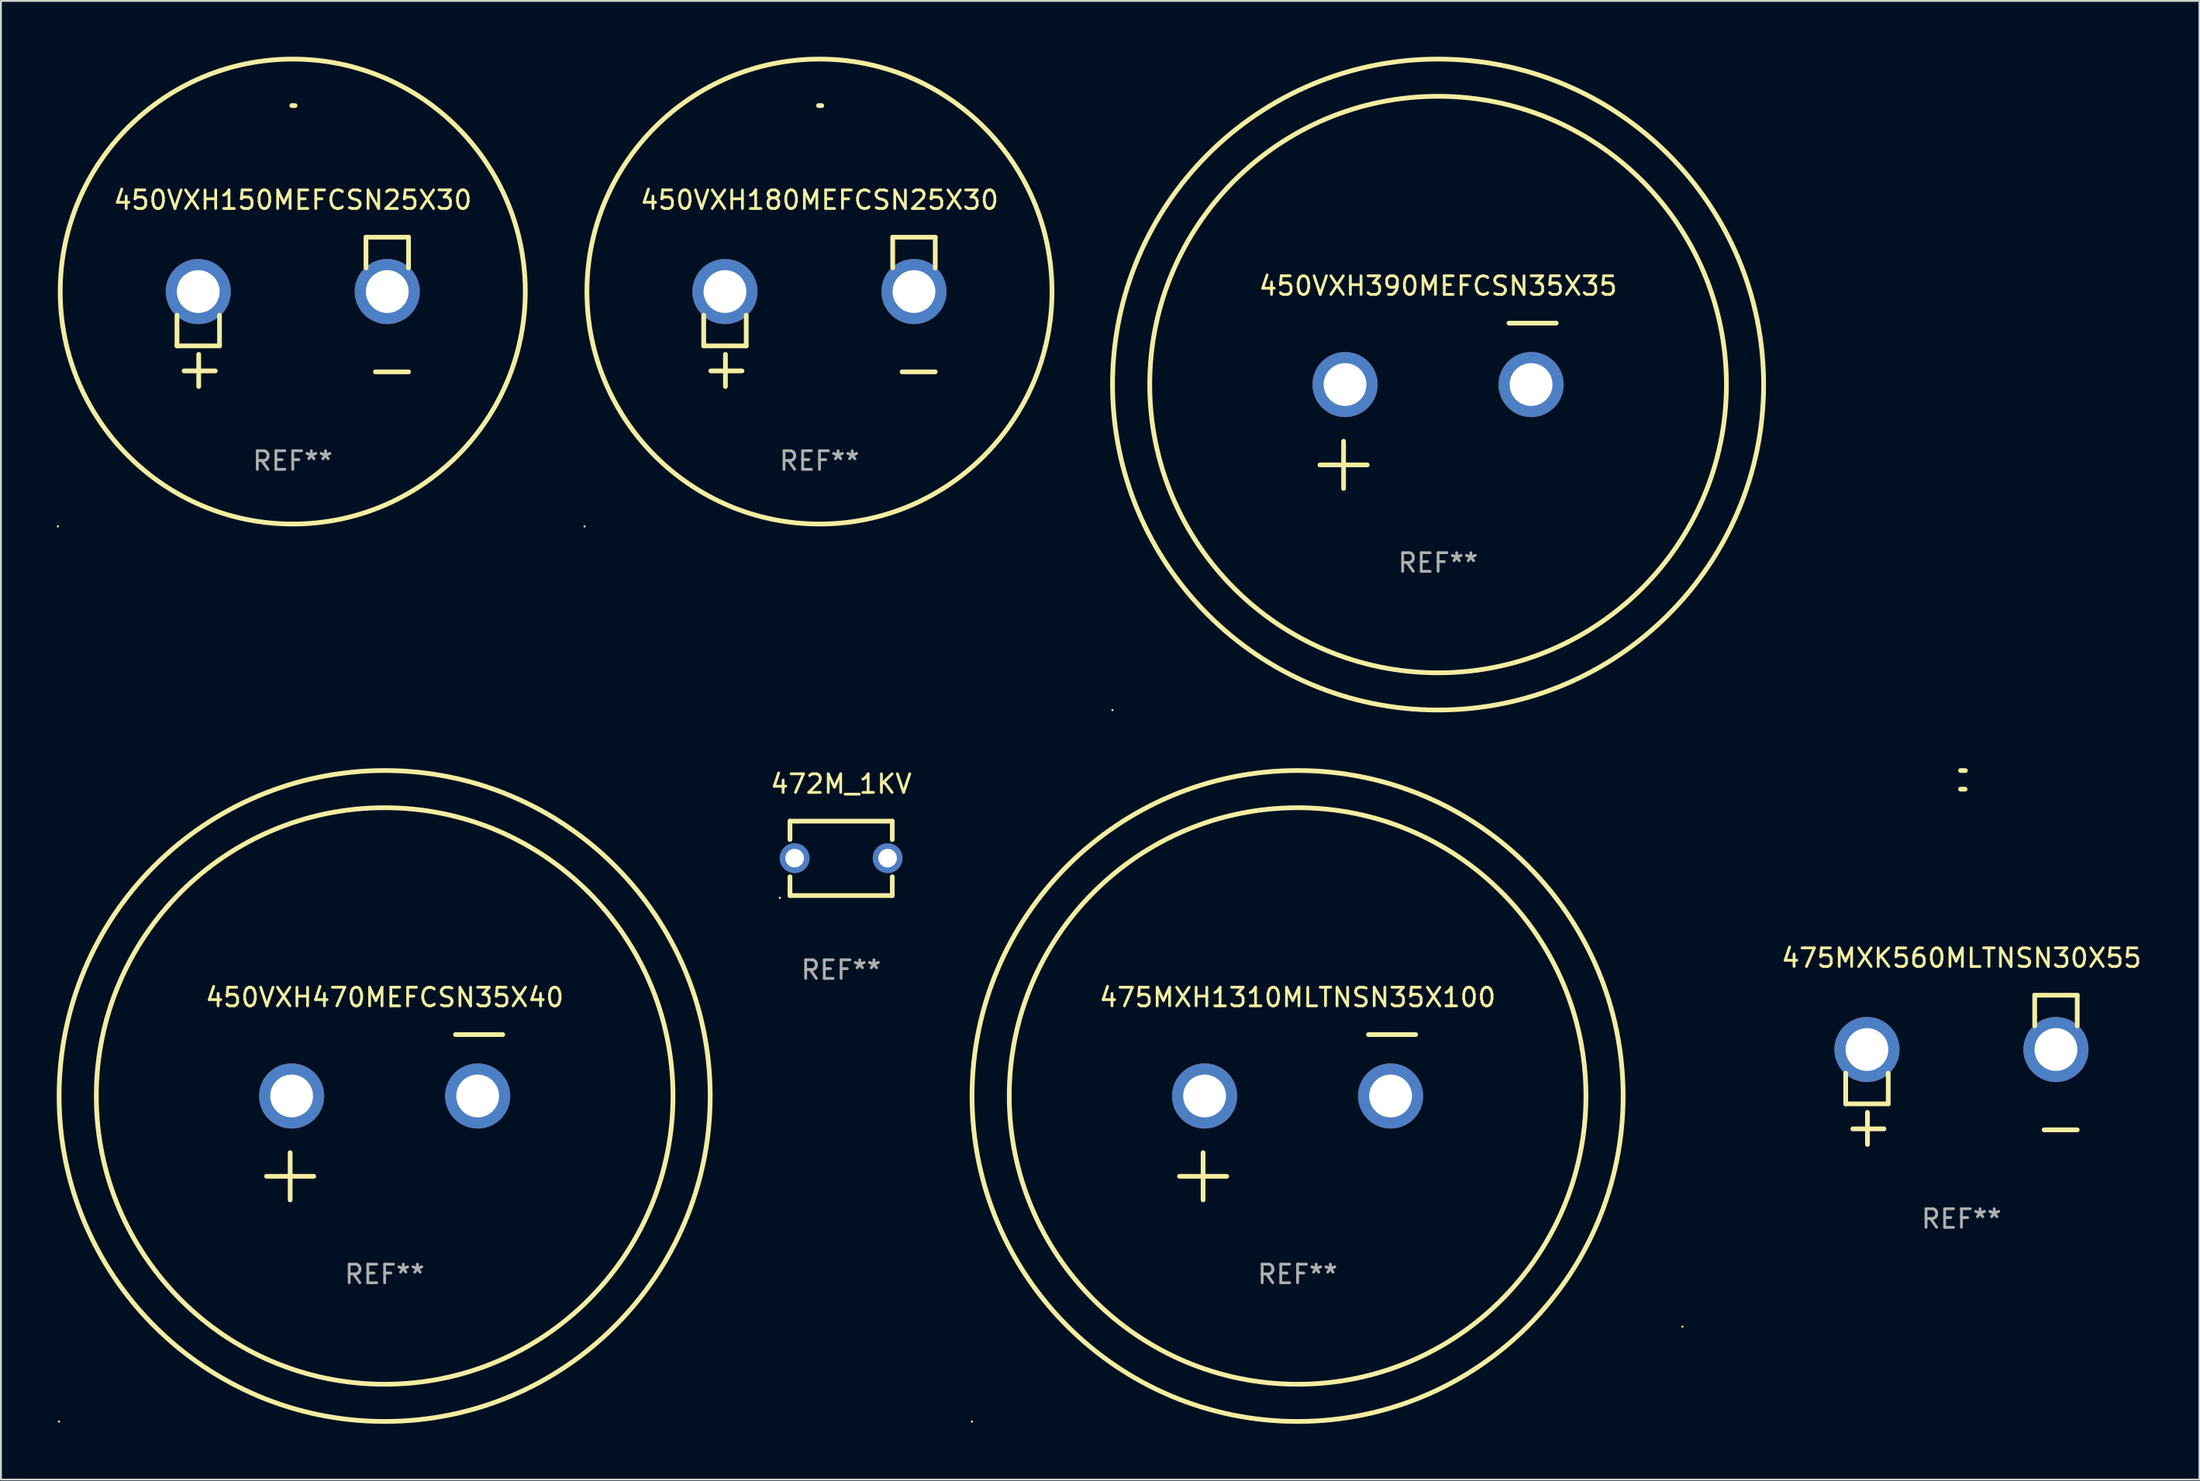
<source format=kicad_pcb>
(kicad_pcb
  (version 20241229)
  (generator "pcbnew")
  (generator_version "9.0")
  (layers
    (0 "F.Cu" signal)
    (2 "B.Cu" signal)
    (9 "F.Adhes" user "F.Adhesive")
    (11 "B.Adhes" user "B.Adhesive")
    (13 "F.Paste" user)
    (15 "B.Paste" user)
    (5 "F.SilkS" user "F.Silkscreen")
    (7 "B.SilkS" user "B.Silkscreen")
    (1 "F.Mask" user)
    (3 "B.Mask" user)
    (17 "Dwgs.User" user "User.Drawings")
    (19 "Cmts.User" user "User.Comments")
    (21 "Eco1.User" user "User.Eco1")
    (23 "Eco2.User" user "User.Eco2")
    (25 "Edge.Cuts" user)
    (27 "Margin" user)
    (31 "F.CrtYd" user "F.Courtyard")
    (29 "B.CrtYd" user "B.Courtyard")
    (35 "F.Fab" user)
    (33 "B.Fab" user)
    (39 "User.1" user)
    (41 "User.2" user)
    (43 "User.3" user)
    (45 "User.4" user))
  (footprint "475MXH1310MLTNSN35X100"
    (layer "F.Cu")
    (at 66.703 57.024)
    (property "Reference" "475MXH1310MLTNSN35X100" (at 0 -6.445 0) (layer "F.SilkS") (effects (font (size 1 1) (thickness 0.15))))
    (attr through_hole)
    (fp_line (start -6.35 3.175) (end -3.81 3.175) (stroke (width 0.254) (type solid)) (layer "F.SilkS"))
    (fp_line (start -5.08 1.905) (end -5.08 4.445) (stroke (width 0.254) (type solid)) (layer "F.SilkS"))
    (fp_line (start 3.81 -4.445) (end 6.35 -4.445) (stroke (width 0.254) (type solid)) (layer "F.SilkS"))
    (fp_circle (center -17.505 16.362) (end -17.475 16.362) (stroke (width 0.06) (type solid)) (fill no) (layer "F.SilkS"))
    (fp_circle (center 0 -1.143) (end 15.5 -1.143) (stroke (width 0.254) (type solid)) (fill no) (layer "F.SilkS"))
    (fp_circle (center 0 -1.143) (end 17.5 -1.143) (stroke (width 0.254) (type solid)) (fill no) (layer "F.SilkS"))
    (fp_text user "REF**" (at 0 8.445 0) (layer "F.Fab") (effects (font (size 1 1) (thickness 0.15))))
    (pad "1" thru_hole circle (at -5 -1.143) (size 3.5 3.5) (drill 2.3) (layers "*.Cu" "*.Mask"))
    (pad "2" thru_hole circle (at 5 -1.143) (size 3.5 3.5) (drill 2.3) (layers "*.Cu" "*.Mask")))
  (footprint "450VXH390MEFCSN35X35"
    (layer "F.Cu")
    (at 74.255 18.77)
    (property "Reference" "450VXH390MEFCSN35X35" (at 0 -6.445 0) (layer "F.SilkS") (effects (font (size 1 1) (thickness 0.15))))
    (attr through_hole)
    (fp_line (start -6.35 3.175) (end -3.81 3.175) (stroke (width 0.254) (type solid)) (layer "F.SilkS"))
    (fp_line (start -5.08 1.905) (end -5.08 4.445) (stroke (width 0.254) (type solid)) (layer "F.SilkS"))
    (fp_line (start 3.81 -4.445) (end 6.35 -4.445) (stroke (width 0.254) (type solid)) (layer "F.SilkS"))
    (fp_circle (center -17.505 16.362) (end -17.475 16.362) (stroke (width 0.06) (type solid)) (fill no) (layer "F.SilkS"))
    (fp_circle (center 0 -1.143) (end 15.5 -1.143) (stroke (width 0.254) (type solid)) (fill no) (layer "F.SilkS"))
    (fp_circle (center 0 -1.143) (end 17.5 -1.143) (stroke (width 0.254) (type solid)) (fill no) (layer "F.SilkS"))
    (fp_text user "REF**" (at 0 8.445 0) (layer "F.Fab") (effects (font (size 1 1) (thickness 0.15))))
    (pad "1" thru_hole circle (at -5 -1.143) (size 3.5 3.5) (drill 2.3) (layers "*.Cu" "*.Mask"))
    (pad "2" thru_hole circle (at 5 -1.143) (size 3.5 3.5) (drill 2.3) (layers "*.Cu" "*.Mask")))
  (footprint "450VXH470MEFCSN35X40"
    (layer "F.Cu")
    (at 17.627 57.024)
    (property "Reference" "450VXH470MEFCSN35X40" (at 0 -6.445 0) (layer "F.SilkS") (effects (font (size 1 1) (thickness 0.15))))
    (attr through_hole)
    (fp_line (start -6.35 3.175) (end -3.81 3.175) (stroke (width 0.254) (type solid)) (layer "F.SilkS"))
    (fp_line (start -5.08 1.905) (end -5.08 4.445) (stroke (width 0.254) (type solid)) (layer "F.SilkS"))
    (fp_line (start 3.81 -4.445) (end 6.35 -4.445) (stroke (width 0.254) (type solid)) (layer "F.SilkS"))
    (fp_circle (center -17.505 16.362) (end -17.475 16.362) (stroke (width 0.06) (type solid)) (fill no) (layer "F.SilkS"))
    (fp_circle (center 0 -1.143) (end 15.5 -1.143) (stroke (width 0.254) (type solid)) (fill no) (layer "F.SilkS"))
    (fp_circle (center 0 -1.143) (end 17.5 -1.143) (stroke (width 0.254) (type solid)) (fill no) (layer "F.SilkS"))
    (fp_text user "REF**" (at 0 8.445 0) (layer "F.Fab") (effects (font (size 1 1) (thickness 0.15))))
    (pad "1" thru_hole circle (at -5 -1.143) (size 3.5 3.5) (drill 2.3) (layers "*.Cu" "*.Mask"))
    (pad "2" thru_hole circle (at 5 -1.143) (size 3.5 3.5) (drill 2.3) (layers "*.Cu" "*.Mask")))
  (footprint "450VXH150MEFCSN25X30"
    (layer "F.Cu")
    (at 12.687 13.719)
    (property "Reference" "450VXH150MEFCSN25X30" (at 0 -6.013 0) (layer "F.SilkS") (effects (font (size 1 1) (thickness 0.15))))
    (attr through_hole)
    (fp_line (start -6.223 0.178) (end -6.223 1.829) (stroke (width 0.254) (type solid)) (layer "F.SilkS"))
    (fp_line (start -6.223 1.829) (end -3.937 1.829) (stroke (width 0.254) (type solid)) (layer "F.SilkS"))
    (fp_line (start -5.055 4.013) (end -5.055 2.286) (stroke (width 0.254) (type solid)) (layer "F.SilkS"))
    (fp_line (start -4.166 3.175) (end -5.842 3.175) (stroke (width 0.254) (type solid)) (layer "F.SilkS"))
    (fp_line (start -3.937 1.829) (end -3.937 0.178) (stroke (width 0.254) (type solid)) (layer "F.SilkS"))
    (fp_line (start 3.937 -4.013) (end 3.937 -2.362) (stroke (width 0.254) (type solid)) (layer "F.SilkS"))
    (fp_line (start 6.223 -4.013) (end 3.937 -4.013) (stroke (width 0.254) (type solid)) (layer "F.SilkS"))
    (fp_line (start 6.223 -2.362) (end 6.223 -4.013) (stroke (width 0.254) (type solid)) (layer "F.SilkS"))
    (fp_line (start 6.223 3.226) (end 4.445 3.226) (stroke (width 0.254) (type solid)) (layer "F.SilkS"))
    (fp_arc (start -0.0508 -11.092202) (mid 0.036835 -11.091307) (end 0.12446 -11.089662) (stroke (width 0.254001) (type solid)) (layer "F.SilkS"))
    (fp_circle (center -12.627 11.535) (end -12.597 11.535) (stroke (width 0.06) (type solid)) (fill no) (layer "F.SilkS"))
    (fp_circle (center 0 -1.092) (end 12.5 -1.092) (stroke (width 0.254) (type solid)) (fill no) (layer "F.SilkS"))
    (fp_text user "REF**" (at 0 8.013 0) (layer "F.Fab") (effects (font (size 1 1) (thickness 0.15))))
    (pad "1" thru_hole circle (at -5.08 -1.092) (size 3.5 3.5) (drill 2.3) (layers "*.Cu" "*.Mask"))
    (pad "2" thru_hole circle (at 5.08 -1.092) (size 3.5 3.5) (drill 2.3) (layers "*.Cu" "*.Mask")))
  (footprint "472M_1KV"
    (layer "F.Cu")
    (at 42.165 43.103)
    (property "Reference" "472M_1KV" (at 0 -4 0) (layer "F.SilkS") (effects (font (size 1 1) (thickness 0.15))))
    (attr through_hole)
    (fp_line (start -2.75 -2) (end 2.75 -2) (stroke (width 0.254) (type solid)) (layer "F.SilkS"))
    (fp_line (start -2.75 -1.01) (end -2.75 -2) (stroke (width 0.254) (type solid)) (layer "F.SilkS"))
    (fp_line (start -2.75 2) (end -2.75 0.99) (stroke (width 0.254) (type solid)) (layer "F.SilkS"))
    (fp_line (start 2.75 -2) (end 2.75 -1.01) (stroke (width 0.254) (type solid)) (layer "F.SilkS"))
    (fp_line (start 2.75 0.99) (end 2.75 2) (stroke (width 0.254) (type solid)) (layer "F.SilkS"))
    (fp_line (start 2.75 2) (end -2.75 2) (stroke (width 0.254) (type solid)) (layer "F.SilkS"))
    (fp_circle (center -3.299 2.127) (end -3.269 2.127) (stroke (width 0.06) (type solid)) (fill no) (layer "F.SilkS"))
    (fp_text user "REF**" (at 0 6 0) (layer "F.Fab") (effects (font (size 1 1) (thickness 0.15))))
    (pad "1" thru_hole circle (at -2.499 -0.01) (size 1.6 1.6) (drill 1) (layers "*.Cu" "*.Mask"))
    (pad "2" thru_hole circle (at 2.499 -0.01) (size 1.6 1.6) (drill 1) (layers "*.Cu" "*.Mask")))
  (footprint "450VXH180MEFCSN25X30"
    (layer "F.Cu")
    (at 41.001 13.719)
    (property "Reference" "450VXH180MEFCSN25X30" (at 0 -6.013 0) (layer "F.SilkS") (effects (font (size 1 1) (thickness 0.15))))
    (attr through_hole)
    (fp_line (start -6.223 0.178) (end -6.223 1.829) (stroke (width 0.254) (type solid)) (layer "F.SilkS"))
    (fp_line (start -6.223 1.829) (end -3.937 1.829) (stroke (width 0.254) (type solid)) (layer "F.SilkS"))
    (fp_line (start -5.055 4.013) (end -5.055 2.286) (stroke (width 0.254) (type solid)) (layer "F.SilkS"))
    (fp_line (start -4.166 3.175) (end -5.842 3.175) (stroke (width 0.254) (type solid)) (layer "F.SilkS"))
    (fp_line (start -3.937 1.829) (end -3.937 0.178) (stroke (width 0.254) (type solid)) (layer "F.SilkS"))
    (fp_line (start 3.937 -4.013) (end 3.937 -2.362) (stroke (width 0.254) (type solid)) (layer "F.SilkS"))
    (fp_line (start 6.223 -4.013) (end 3.937 -4.013) (stroke (width 0.254) (type solid)) (layer "F.SilkS"))
    (fp_line (start 6.223 -2.362) (end 6.223 -4.013) (stroke (width 0.254) (type solid)) (layer "F.SilkS"))
    (fp_line (start 6.223 3.226) (end 4.445 3.226) (stroke (width 0.254) (type solid)) (layer "F.SilkS"))
    (fp_arc (start -0.0508 -11.092202) (mid 0.036835 -11.091307) (end 0.12446 -11.089662) (stroke (width 0.254001) (type solid)) (layer "F.SilkS"))
    (fp_circle (center -12.627 11.535) (end -12.597 11.535) (stroke (width 0.06) (type solid)) (fill no) (layer "F.SilkS"))
    (fp_circle (center 0 -1.092) (end 12.5 -1.092) (stroke (width 0.254) (type solid)) (fill no) (layer "F.SilkS"))
    (fp_text user "REF**" (at 0 8.013 0) (layer "F.Fab") (effects (font (size 1 1) (thickness 0.15))))
    (pad "1" thru_hole circle (at -5.08 -1.092) (size 3.5 3.5) (drill 2.3) (layers "*.Cu" "*.Mask"))
    (pad "2" thru_hole circle (at 5.08 -1.092) (size 3.5 3.5) (drill 2.3) (layers "*.Cu" "*.Mask")))
  (footprint "475MXK560MLTNSN30X55"
    (layer "F.Cu")
    (at 102.39 54.475)
    (property "Reference" "475MXK560MLTNSN30X55" (at 0 -6.013 0) (layer "F.SilkS") (effects (font (size 1 1) (thickness 0.15))))
    (attr through_hole)
    (fp_line (start -6.223 0.178) (end -6.223 1.829) (stroke (width 0.254) (type solid)) (layer "F.SilkS"))
    (fp_line (start -6.223 1.829) (end -3.937 1.829) (stroke (width 0.254) (type solid)) (layer "F.SilkS"))
    (fp_line (start -5.055 4.013) (end -5.055 2.286) (stroke (width 0.254) (type solid)) (layer "F.SilkS"))
    (fp_line (start -4.166 3.175) (end -5.842 3.175) (stroke (width 0.254) (type solid)) (layer "F.SilkS"))
    (fp_line (start -3.937 1.829) (end -3.937 0.178) (stroke (width 0.254) (type solid)) (layer "F.SilkS"))
    (fp_line (start 3.937 -4.013) (end 3.937 -2.362) (stroke (width 0.254) (type solid)) (layer "F.SilkS"))
    (fp_line (start 6.223 -4.013) (end 3.937 -4.013) (stroke (width 0.254) (type solid)) (layer "F.SilkS"))
    (fp_line (start 6.223 -2.362) (end 6.223 -4.013) (stroke (width 0.254) (type solid)) (layer "F.SilkS"))
    (fp_line (start 6.223 3.226) (end 4.445 3.226) (stroke (width 0.254) (type solid)) (layer "F.SilkS"))
    (fp_arc (start -0.0508 -16.093472) (mid 0.080016 -16.092762) (end 0.210821 -16.090932) (stroke (width 0.254001) (type solid)) (layer "F.SilkS"))
    (fp_arc (start -0.0508 -15.09271) (mid 0.071125 -15.091961) (end 0.19304 -15.09017) (stroke (width 0.254001) (type solid)) (layer "F.SilkS"))
    (fp_circle (center -15 13.808) (end -14.97 13.808) (stroke (width 0.06) (type solid)) (fill no) (layer "F.SilkS"))
    (fp_text user "REF**" (at 0 8.013 0) (layer "F.Fab") (effects (font (size 1 1) (thickness 0.15))))
    (pad "1" thru_hole circle (at -5.08 -1.092) (size 3.5 3.5) (drill 2.3) (layers "*.Cu" "*.Mask"))
    (pad "2" thru_hole circle (at 5.08 -1.092) (size 3.5 3.5) (drill 2.3) (layers "*.Cu" "*.Mask")))
  (gr_rect
    (start -3 -3)
    (end 115.182 76.509)
    (stroke (width 0.1) (type default))
    (fill no)
    (layer "Edge.Cuts")))
</source>
